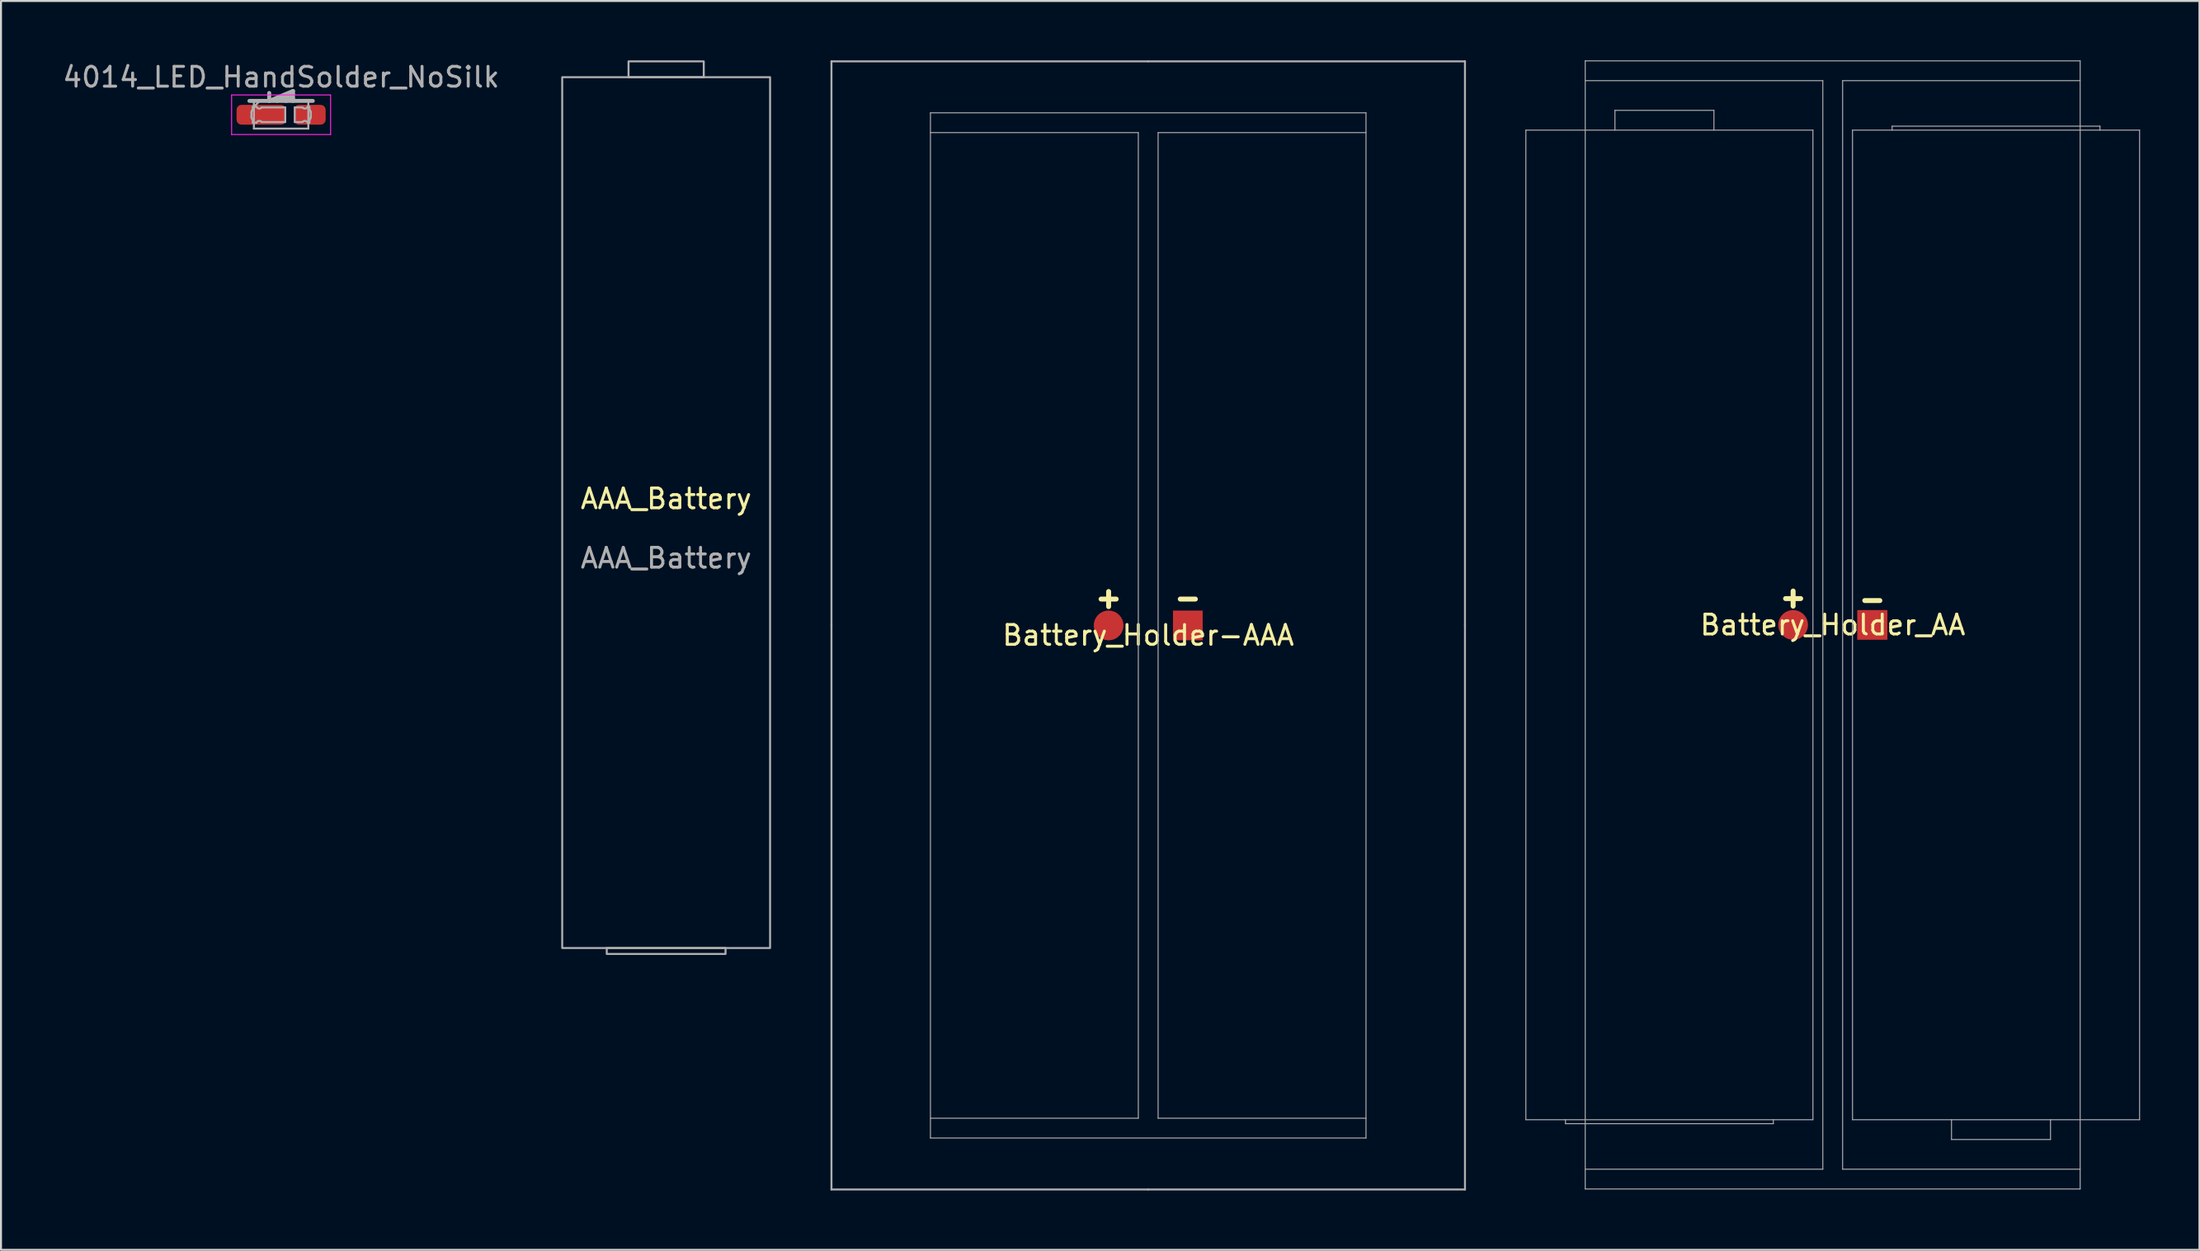
<source format=kicad_pcb>
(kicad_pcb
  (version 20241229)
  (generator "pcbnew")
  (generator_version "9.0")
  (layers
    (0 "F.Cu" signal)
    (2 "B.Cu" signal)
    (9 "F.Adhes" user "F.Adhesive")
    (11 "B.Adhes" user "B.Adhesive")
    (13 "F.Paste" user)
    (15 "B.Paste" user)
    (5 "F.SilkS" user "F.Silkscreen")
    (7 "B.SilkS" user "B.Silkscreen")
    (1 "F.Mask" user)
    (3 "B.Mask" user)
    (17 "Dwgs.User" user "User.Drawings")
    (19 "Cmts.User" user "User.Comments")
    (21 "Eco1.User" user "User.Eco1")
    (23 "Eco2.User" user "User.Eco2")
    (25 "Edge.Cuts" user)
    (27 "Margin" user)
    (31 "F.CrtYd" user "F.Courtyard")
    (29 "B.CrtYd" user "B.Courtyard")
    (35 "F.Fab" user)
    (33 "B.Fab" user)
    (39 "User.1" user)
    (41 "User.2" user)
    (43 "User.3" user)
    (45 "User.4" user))
  (footprint "AAA_Battery"
    (layer "F.Cu")
    (at 30.598 22.65)
    (property "Reference" "AAA_Battery" (at 0 -0.5 0) (unlocked yes) (layer "F.SilkS") (effects (font (size 1 1) (thickness 0.15))))
    (attr smd)
    (fp_rect (start -5.25 -21.8) (end 5.25 22.2) (stroke (width 0.1) (type solid)) (fill no) (layer "F.Fab"))
    (fp_rect (start -3 22.2) (end 3 22.5) (stroke (width 0.1) (type solid)) (fill no) (layer "F.Fab"))
    (fp_rect (start -1.9 -21.8) (end 1.9 -22.6) (stroke (width 0.1) (type solid)) (fill no) (layer "F.Fab"))
    (fp_text user "${REFERENCE}" (at 0 2.5 0) (unlocked yes) (layer "F.Fab") (effects (font (size 1 1) (thickness 0.15)))))
  (footprint "Battery_Holder_AA"
    (layer "F.Cu")
    (at 89.523 28.525)
    (property "Reference" "Battery_Holder_AA" (at 0 0 0) (layer "F.SilkS") (effects (font (size 1 1) (thickness 0.15))))
    (attr through_hole)
    (fp_line (start -15.5 -25) (end -1 -25) (stroke (width 0.05) (type solid)) (layer "F.Fab"))
    (fp_line (start -15.5 25) (end -15.5 -25) (stroke (width 0.05) (type solid)) (layer "F.Fab"))
    (fp_line (start -13.5 25) (end -13.5 25.2) (stroke (width 0.05) (type solid)) (layer "F.Fab"))
    (fp_line (start -13.5 25.2) (end -3 25.2) (stroke (width 0.05) (type solid)) (layer "F.Fab"))
    (fp_line (start -12.5 -28.5) (end 12.5 -28.5) (stroke (width 0.05) (type solid)) (layer "F.Fab"))
    (fp_line (start -12.5 -27.5) (end -0.5 -27.5) (stroke (width 0.05) (type solid)) (layer "F.Fab"))
    (fp_line (start -12.5 28.5) (end -12.5 -28.5) (stroke (width 0.05) (type solid)) (layer "F.Fab"))
    (fp_line (start -11 -26) (end -6 -26) (stroke (width 0.05) (type solid)) (layer "F.Fab"))
    (fp_line (start -11 -25) (end -11 -26) (stroke (width 0.05) (type solid)) (layer "F.Fab"))
    (fp_line (start -6 -26) (end -6 -25) (stroke (width 0.05) (type solid)) (layer "F.Fab"))
    (fp_line (start -3 25.2) (end -3 25) (stroke (width 0.05) (type solid)) (layer "F.Fab"))
    (fp_line (start -1 -25) (end -1 25) (stroke (width 0.05) (type solid)) (layer "F.Fab"))
    (fp_line (start -1 25) (end -15.5 25) (stroke (width 0.05) (type solid)) (layer "F.Fab"))
    (fp_line (start -0.5 -27.5) (end -0.5 27.5) (stroke (width 0.05) (type solid)) (layer "F.Fab"))
    (fp_line (start -0.5 27.5) (end -12.5 27.5) (stroke (width 0.05) (type solid)) (layer "F.Fab"))
    (fp_line (start 0.5 -27.5) (end 0.5 27.5) (stroke (width 0.05) (type solid)) (layer "F.Fab"))
    (fp_line (start 0.5 27.5) (end 12.5 27.5) (stroke (width 0.05) (type solid)) (layer "F.Fab"))
    (fp_line (start 1 -25) (end 15.5 -25) (stroke (width 0.05) (type solid)) (layer "F.Fab"))
    (fp_line (start 1 25) (end 1 -25) (stroke (width 0.05) (type solid)) (layer "F.Fab"))
    (fp_line (start 3 -25.2) (end 3 -25) (stroke (width 0.05) (type solid)) (layer "F.Fab"))
    (fp_line (start 6 26) (end 6 25) (stroke (width 0.05) (type solid)) (layer "F.Fab"))
    (fp_line (start 11 25) (end 11 26) (stroke (width 0.05) (type solid)) (layer "F.Fab"))
    (fp_line (start 11 26) (end 6 26) (stroke (width 0.05) (type solid)) (layer "F.Fab"))
    (fp_line (start 12.5 -28.5) (end 12.5 28.5) (stroke (width 0.05) (type solid)) (layer "F.Fab"))
    (fp_line (start 12.5 -27.5) (end 0.5 -27.5) (stroke (width 0.05) (type solid)) (layer "F.Fab"))
    (fp_line (start 12.5 28.5) (end -12.5 28.5) (stroke (width 0.05) (type solid)) (layer "F.Fab"))
    (fp_line (start 13.5 -25.2) (end 3 -25.2) (stroke (width 0.05) (type solid)) (layer "F.Fab"))
    (fp_line (start 13.5 -25) (end 13.5 -25.2) (stroke (width 0.05) (type solid)) (layer "F.Fab"))
    (fp_line (start 15.5 -25) (end 15.5 25) (stroke (width 0.05) (type solid)) (layer "F.Fab"))
    (fp_line (start 15.5 25) (end 1 25) (stroke (width 0.05) (type solid)) (layer "F.Fab"))
    (fp_text user "-" (at 2 -1.3 0) (layer "F.SilkS") (effects (font (size 1 1) (thickness 0.25))))
    (fp_text user "+" (at -2 -1.4 0) (layer "F.SilkS") (effects (font (size 1 1) (thickness 0.25))))
    (pad "1" smd circle (at -2 0) (size 1.5 1.5) (layers "F.Cu" "F.Mask" "F.Paste"))
    (pad "2" smd rect (at 2 0 270) (size 1.5 1.524) (layers "F.Cu" "F.Mask" "F.Paste")))
  (footprint "Battery_Holder-AAA"
    (layer "F.Cu")
    (at 54.948 28.55)
    (property "Reference" "Battery_Holder-AAA" (at 0 0.5 0) (layer "F.SilkS") (effects (font (size 1 1) (thickness 0.15))))
    (attr through_hole)
    (fp_line (start -16 -28.5) (end -16 0) (stroke (width 0.1) (type solid)) (layer "F.Fab"))
    (fp_line (start -16 -28.5) (end 0 -28.5) (stroke (width 0.1) (type solid)) (layer "F.Fab"))
    (fp_line (start -16 28.5) (end -16 0) (stroke (width 0.1) (type solid)) (layer "F.Fab"))
    (fp_line (start -16 28.5) (end 0 28.5) (stroke (width 0.1) (type solid)) (layer "F.Fab"))
    (fp_line (start -11 -25.9) (end -11 25.9) (stroke (width 0.05) (type solid)) (layer "F.Fab"))
    (fp_line (start -11 -25.9) (end 11 -25.9) (stroke (width 0.05) (type solid)) (layer "F.Fab"))
    (fp_line (start -11 -24.9) (end -0.5 -24.9) (stroke (width 0.05) (type solid)) (layer "F.Fab"))
    (fp_line (start -11 25.9) (end 11 25.9) (stroke (width 0.05) (type solid)) (layer "F.Fab"))
    (fp_line (start -0.5 -24.9) (end -0.5 24.9) (stroke (width 0.05) (type solid)) (layer "F.Fab"))
    (fp_line (start -0.5 24.9) (end -11 24.9) (stroke (width 0.05) (type solid)) (layer "F.Fab"))
    (fp_line (start 0.5 -24.9) (end 11 -24.9) (stroke (width 0.05) (type solid)) (layer "F.Fab"))
    (fp_line (start 0.5 24.9) (end 0.5 -24.9) (stroke (width 0.05) (type solid)) (layer "F.Fab"))
    (fp_line (start 11 24.9) (end 0.5 24.9) (stroke (width 0.05) (type solid)) (layer "F.Fab"))
    (fp_line (start 11 25.9) (end 11 -25.9) (stroke (width 0.05) (type solid)) (layer "F.Fab"))
    (fp_line (start 16 -28.5) (end 0 -28.5) (stroke (width 0.1) (type solid)) (layer "F.Fab"))
    (fp_line (start 16 -28.5) (end 16 0) (stroke (width 0.1) (type solid)) (layer "F.Fab"))
    (fp_line (start 16 28.5) (end 0 28.5) (stroke (width 0.1) (type solid)) (layer "F.Fab"))
    (fp_line (start 16 28.5) (end 16 0) (stroke (width 0.1) (type solid)) (layer "F.Fab"))
    (fp_text user "-" (at 2 -1.4 0) (layer "F.SilkS") (effects (font (size 1 1) (thickness 0.25))))
    (fp_text user "+" (at -2 -1.4 0) (layer "F.SilkS") (effects (font (size 1 1) (thickness 0.25))))
    (pad "1" smd circle (at -2 0) (size 1.5 1.5) (layers "F.Cu" "F.Mask" "F.Paste"))
    (pad "2" smd rect (at 2 0) (size 1.5 1.5) (layers "F.Cu" "F.Mask" "F.Paste")))
  (footprint "4014_LED_HandSolder_NoSilk"
    (layer "F.Cu")
    (at 11.149 2.748)
    (property "Reference" "4014_LED_HandSolder_NoSilk" (at 0 -1.9 0) (unlocked yes) (layer "F.Fab") (effects (font (size 1 1) (thickness 0.15))))
    (attr smd)
    (fp_line (start -2.5 -1) (end 2.5 -1) (stroke (width 0.05) (type default)) (layer "F.CrtYd"))
    (fp_line (start -2.5 1) (end -2.5 -1) (stroke (width 0.05) (type default)) (layer "F.CrtYd"))
    (fp_line (start 2.5 -1) (end 2.5 1) (stroke (width 0.05) (type default)) (layer "F.CrtYd"))
    (fp_line (start 2.5 1) (end -2.5 1) (stroke (width 0.05) (type default)) (layer "F.CrtYd"))
    (fp_line (start -1.6 -0.7) (end 1.6 -0.7) (stroke (width 0.2) (type solid)) (layer "F.Fab"))
    (fp_line (start -1.5 0.124) (end -1.5 -0.126) (stroke (width 0.1) (type solid)) (layer "F.Fab"))
    (fp_line (start -1.474 -0.197) (end -1.456 -0.219) (stroke (width 0.1) (type solid)) (layer "F.Fab"))
    (fp_line (start -1.456 0.217) (end -1.474 0.194) (stroke (width 0.1) (type solid)) (layer "F.Fab"))
    (fp_line (start -1.43 -0.401) (end -1.241 -0.401) (stroke (width 0.1) (type solid)) (layer "F.Fab"))
    (fp_line (start -1.43 -0.29) (end -1.43 -0.401) (stroke (width 0.1) (type solid)) (layer "F.Fab"))
    (fp_line (start -1.43 0.399) (end -1.43 0.287) (stroke (width 0.1) (type solid)) (layer "F.Fab"))
    (fp_line (start -1.375 -0.7) (end 1.375 -0.7) (stroke (width 0.1) (type solid)) (layer "F.Fab"))
    (fp_line (start -1.375 0.7) (end -1.375 -0.7) (stroke (width 0.1) (type solid)) (layer "F.Fab"))
    (fp_line (start -1.241 0.399) (end -1.43 0.399) (stroke (width 0.1) (type solid)) (layer "F.Fab"))
    (fp_line (start -1.075 -0.7) (end -1.375 -0.4) (stroke (width 0.1) (type solid)) (layer "F.Fab"))
    (fp_line (start -0.982 -0.371) (end 0.21 -0.371) (stroke (width 0.1) (type solid)) (layer "F.Fab"))
    (fp_line (start -0.6 -0.7) (end -0.6 -1.1) (stroke (width 0.2) (type solid)) (layer "F.Fab"))
    (fp_line (start -0.6 -0.7) (end 0.6 -1.2) (stroke (width 0.2) (type solid)) (layer "F.Fab"))
    (fp_line (start -0.2 -0.7) (end 0.6 -1.05) (stroke (width 0.2) (type solid)) (layer "F.Fab"))
    (fp_line (start 0.21 -0.371) (end 0.21 0.369) (stroke (width 0.1) (type solid)) (layer "F.Fab"))
    (fp_line (start 0.21 0.369) (end -0.982 0.369) (stroke (width 0.1) (type solid)) (layer "F.Fab"))
    (fp_line (start 0.6 -1.2) (end 0.6 -0.7) (stroke (width 0.2) (type solid)) (layer "F.Fab"))
    (fp_line (start 0.6 -0.85) (end 0.25 -0.7) (stroke (width 0.2) (type solid)) (layer "F.Fab"))
    (fp_line (start 0.69 -0.371) (end 1.082 -0.371) (stroke (width 0.1) (type solid)) (layer "F.Fab"))
    (fp_line (start 0.69 0.369) (end 0.69 -0.371) (stroke (width 0.1) (type solid)) (layer "F.Fab"))
    (fp_line (start 1.082 0.369) (end 0.69 0.369) (stroke (width 0.1) (type solid)) (layer "F.Fab"))
    (fp_line (start 1.341 -0.401) (end 1.43 -0.401) (stroke (width 0.1) (type solid)) (layer "F.Fab"))
    (fp_line (start 1.375 -0.7) (end 1.375 0.7) (stroke (width 0.1) (type solid)) (layer "F.Fab"))
    (fp_line (start 1.375 0.7) (end -1.375 0.7) (stroke (width 0.1) (type solid)) (layer "F.Fab"))
    (fp_line (start 1.43 -0.401) (end 1.43 -0.29) (stroke (width 0.1) (type solid)) (layer "F.Fab"))
    (fp_line (start 1.43 0.287) (end 1.43 0.399) (stroke (width 0.1) (type solid)) (layer "F.Fab"))
    (fp_line (start 1.43 0.399) (end 1.341 0.399) (stroke (width 0.1) (type solid)) (layer "F.Fab"))
    (fp_line (start 1.456 -0.219) (end 1.474 -0.197) (stroke (width 0.1) (type solid)) (layer "F.Fab"))
    (fp_line (start 1.474 0.194) (end 1.456 0.217) (stroke (width 0.1) (type solid)) (layer "F.Fab"))
    (fp_line (start 1.5 -0.126) (end 1.5 0.124) (stroke (width 0.1) (type solid)) (layer "F.Fab"))
    (fp_arc (start -1.5 -0.12634) (mid -1.493372 -0.163905) (end -1.474333 -0.196965) (stroke (width 0.1) (type solid)) (layer "F.Fab"))
    (fp_arc (start -1.474333 0.194405) (mid -1.493378 0.161351) (end -1.5 0.12378) (stroke (width 0.1) (type solid)) (layer "F.Fab"))
    (fp_arc (start -1.455667 0.216695) (mid -1.436622 0.249749) (end -1.43 0.28732) (stroke (width 0.1) (type solid)) (layer "F.Fab"))
    (fp_arc (start -1.43 -0.289879) (mid -1.436617 -0.252306) (end -1.455667 -0.219254) (stroke (width 0.1) (type solid)) (layer "F.Fab"))
    (fp_arc (start -1.240889 0.39872) (mid -1.120108 0.308415) (end -0.981881 0.36872) (stroke (width 0.1) (type solid)) (layer "F.Fab"))
    (fp_arc (start -0.981881 -0.37128) (mid -1.120108 -0.310968) (end -1.240889 -0.40128) (stroke (width 0.1) (type solid)) (layer "F.Fab"))
    (fp_arc (start 1.081881 0.36872) (mid 1.220108 0.308411) (end 1.340889 0.39872) (stroke (width 0.1) (type solid)) (layer "F.Fab"))
    (fp_arc (start 1.340889 -0.40128) (mid 1.220108 -0.310969) (end 1.081881 -0.37128) (stroke (width 0.1) (type solid)) (layer "F.Fab"))
    (fp_arc (start 1.43 0.28732) (mid 1.436616 0.249748) (end 1.455667 0.216695) (stroke (width 0.1) (type solid)) (layer "F.Fab"))
    (fp_arc (start 1.455667 -0.219254) (mid 1.43661 -0.252305) (end 1.43 -0.289879) (stroke (width 0.1) (type solid)) (layer "F.Fab"))
    (fp_arc (start 1.474333 -0.196965) (mid 1.493384 -0.163912) (end 1.5 -0.12634) (stroke (width 0.1) (type solid)) (layer "F.Fab"))
    (fp_arc (start 1.5 0.12378) (mid 1.493384 0.161352) (end 1.474333 0.194405) (stroke (width 0.1) (type solid)) (layer "F.Fab"))
    (pad "A" smd roundrect (at 1.45 0) (size 1.6 1) (layers "F.Cu" "F.Mask" "F.Paste") (roundrect_rratio 0.25))
    (pad "K" smd roundrect (at -1 0) (size 2.5 1) (layers "F.Cu" "F.Mask" "F.Paste") (roundrect_rratio 0.25)))
  (gr_rect
    (start -3 -3)
    (end 108.048 60.1)
    (stroke (width 0.1) (type default))
    (fill no)
    (layer "Edge.Cuts")))
</source>
